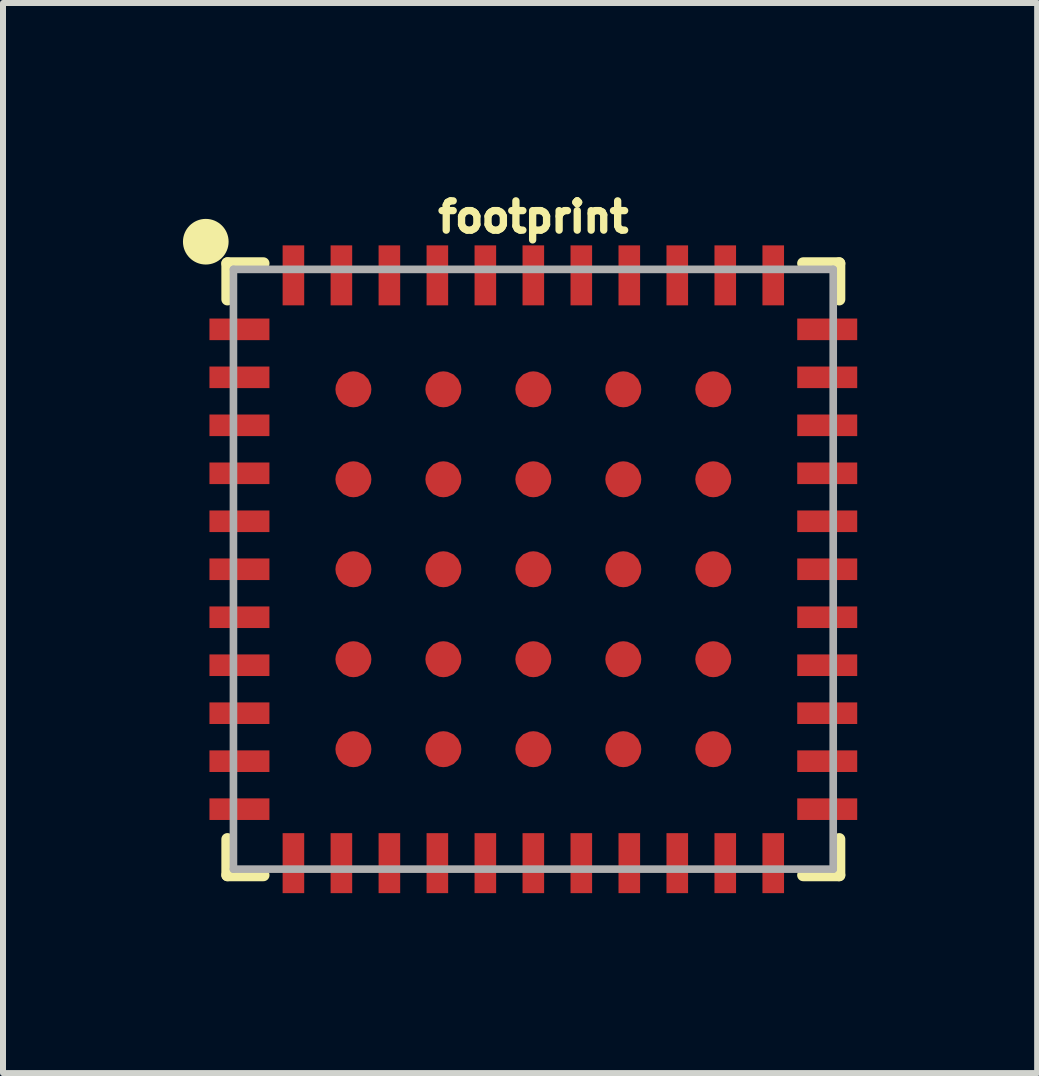
<source format=kicad_pcb>
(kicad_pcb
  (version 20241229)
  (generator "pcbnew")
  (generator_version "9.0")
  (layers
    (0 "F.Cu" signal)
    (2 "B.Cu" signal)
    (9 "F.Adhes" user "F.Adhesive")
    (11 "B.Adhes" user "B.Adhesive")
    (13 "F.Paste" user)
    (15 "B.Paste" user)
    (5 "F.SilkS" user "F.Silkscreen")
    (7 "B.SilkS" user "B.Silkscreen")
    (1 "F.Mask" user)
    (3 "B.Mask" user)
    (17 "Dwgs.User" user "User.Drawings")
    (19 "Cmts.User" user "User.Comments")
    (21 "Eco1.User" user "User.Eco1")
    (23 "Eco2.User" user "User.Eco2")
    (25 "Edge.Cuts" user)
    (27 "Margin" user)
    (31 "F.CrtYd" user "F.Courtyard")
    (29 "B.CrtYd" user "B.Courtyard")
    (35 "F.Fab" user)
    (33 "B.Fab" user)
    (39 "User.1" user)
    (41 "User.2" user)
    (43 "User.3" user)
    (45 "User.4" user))
  (footprint "footprint"
    (layer "F.Cu")
    (at 5.842 6.441)
    (property "Reference" "footprint" (at 0 -5.588 0) (layer "F.SilkS") (effects (font (size 0.488 0.488) (thickness 0.122)) (justify bottom)))
    (fp_line (start -5.1 -5.1) (end -4.5 -5.1) (stroke (width 0.203) (type solid)) (layer "F.SilkS"))
    (fp_line (start -5.1 -4.5) (end -5.1 -5.1) (stroke (width 0.203) (type solid)) (layer "F.SilkS"))
    (fp_line (start -5.1 4.5) (end -5.1 5.1) (stroke (width 0.203) (type solid)) (layer "F.SilkS"))
    (fp_line (start -5.1 5.1) (end -4.5 5.1) (stroke (width 0.203) (type solid)) (layer "F.SilkS"))
    (fp_line (start 5.1 -5.1) (end 4.5 -5.1) (stroke (width 0.203) (type solid)) (layer "F.SilkS"))
    (fp_line (start 5.1 -4.5) (end 5.1 -5.1) (stroke (width 0.203) (type solid)) (layer "F.SilkS"))
    (fp_line (start 5.1 5.1) (end 4.5 5.1) (stroke (width 0.203) (type solid)) (layer "F.SilkS"))
    (fp_line (start 5.1 5.1) (end 5.1 4.5) (stroke (width 0.203) (type solid)) (layer "F.SilkS"))
    (fp_circle (center -5.461 -5.461) (end -5.271 -5.461) (stroke (width 0.381) (type solid)) (fill yes) (layer "F.SilkS"))
    (fp_line (start -5 -5) (end -5 5) (stroke (width 0.127) (type solid)) (layer "F.Fab"))
    (fp_line (start -5 5) (end 5 5) (stroke (width 0.127) (type solid)) (layer "F.Fab"))
    (fp_line (start 5 -5) (end -5 -5) (stroke (width 0.127) (type solid)) (layer "F.Fab"))
    (fp_line (start 5 5) (end 5 -5) (stroke (width 0.127) (type solid)) (layer "F.Fab"))
    (pad "1" smd rect (at -4.9 -4 180) (size 1 0.36) (layers "F.Cu" "F.Mask" "F.Paste"))
    (pad "2" smd rect (at -4.9 -3.2 180) (size 1 0.36) (layers "F.Cu" "F.Mask" "F.Paste"))
    (pad "3" smd rect (at -4.9 -2.4 180) (size 1 0.36) (layers "F.Cu" "F.Mask" "F.Paste"))
    (pad "4" smd rect (at -4.9 -1.6 180) (size 1 0.36) (layers "F.Cu" "F.Mask" "F.Paste"))
    (pad "5" smd rect (at -4.9 -0.8 180) (size 1 0.36) (layers "F.Cu" "F.Mask" "F.Paste"))
    (pad "6" smd rect (at -4.9 0 180) (size 1 0.36) (layers "F.Cu" "F.Mask" "F.Paste"))
    (pad "7" smd rect (at -4.9 0.8 180) (size 1 0.36) (layers "F.Cu" "F.Mask" "F.Paste"))
    (pad "8" smd rect (at -4.9 1.6 180) (size 1 0.36) (layers "F.Cu" "F.Mask" "F.Paste"))
    (pad "9" smd rect (at -4.9 2.4 180) (size 1 0.36) (layers "F.Cu" "F.Mask" "F.Paste"))
    (pad "10" smd rect (at -4.9 3.2 180) (size 1 0.36) (layers "F.Cu" "F.Mask" "F.Paste"))
    (pad "11" smd rect (at -4.9 4 180) (size 1 0.36) (layers "F.Cu" "F.Mask" "F.Paste"))
    (pad "12" smd rect (at -4 4.9 270) (size 1 0.36) (layers "F.Cu" "F.Mask" "F.Paste"))
    (pad "13" smd rect (at -3.2 4.9 270) (size 1 0.36) (layers "F.Cu" "F.Mask" "F.Paste"))
    (pad "14" smd rect (at -2.4 4.9 270) (size 1 0.36) (layers "F.Cu" "F.Mask" "F.Paste"))
    (pad "15" smd rect (at -1.6 4.9 270) (size 1 0.36) (layers "F.Cu" "F.Mask" "F.Paste"))
    (pad "16" smd rect (at -0.8 4.9 270) (size 1 0.36) (layers "F.Cu" "F.Mask" "F.Paste"))
    (pad "17" smd rect (at 0 4.9 270) (size 1 0.36) (layers "F.Cu" "F.Mask" "F.Paste"))
    (pad "18" smd rect (at 0.8 4.9 270) (size 1 0.36) (layers "F.Cu" "F.Mask" "F.Paste"))
    (pad "19" smd rect (at 1.6 4.9 270) (size 1 0.36) (layers "F.Cu" "F.Mask" "F.Paste"))
    (pad "20" smd rect (at 2.4 4.9 270) (size 1 0.36) (layers "F.Cu" "F.Mask" "F.Paste"))
    (pad "21" smd rect (at 3.2 4.9 270) (size 1 0.36) (layers "F.Cu" "F.Mask" "F.Paste"))
    (pad "22" smd rect (at 4 4.9 270) (size 1 0.36) (layers "F.Cu" "F.Mask" "F.Paste"))
    (pad "23" smd rect (at 4.9 4) (size 1 0.36) (layers "F.Cu" "F.Mask" "F.Paste"))
    (pad "24" smd rect (at 4.9 3.2) (size 1 0.36) (layers "F.Cu" "F.Mask" "F.Paste"))
    (pad "25" smd rect (at 4.9 2.4) (size 1 0.36) (layers "F.Cu" "F.Mask" "F.Paste"))
    (pad "26" smd rect (at 4.9 1.6) (size 1 0.36) (layers "F.Cu" "F.Mask" "F.Paste"))
    (pad "27" smd rect (at 4.9 0.8) (size 1 0.36) (layers "F.Cu" "F.Mask" "F.Paste"))
    (pad "28" smd rect (at 4.9 0) (size 1 0.36) (layers "F.Cu" "F.Mask" "F.Paste"))
    (pad "29" smd rect (at 4.9 -0.8) (size 1 0.36) (layers "F.Cu" "F.Mask" "F.Paste"))
    (pad "30" smd rect (at 4.9 -1.6) (size 1 0.36) (layers "F.Cu" "F.Mask" "F.Paste"))
    (pad "31" smd rect (at 4.9 -2.4) (size 1 0.36) (layers "F.Cu" "F.Mask" "F.Paste"))
    (pad "32" smd rect (at 4.9 -3.2) (size 1 0.36) (layers "F.Cu" "F.Mask" "F.Paste"))
    (pad "33" smd rect (at 4.9 -4) (size 1 0.36) (layers "F.Cu" "F.Mask" "F.Paste"))
    (pad "34" smd rect (at 4 -4.9 90) (size 1 0.36) (layers "F.Cu" "F.Mask" "F.Paste"))
    (pad "35" smd rect (at 3.2 -4.9 90) (size 1 0.36) (layers "F.Cu" "F.Mask" "F.Paste"))
    (pad "36" smd rect (at 2.4 -4.9 90) (size 1 0.36) (layers "F.Cu" "F.Mask" "F.Paste"))
    (pad "37" smd rect (at 1.6 -4.9 90) (size 1 0.36) (layers "F.Cu" "F.Mask" "F.Paste"))
    (pad "38" smd rect (at 0.8 -4.9 90) (size 1 0.36) (layers "F.Cu" "F.Mask" "F.Paste"))
    (pad "39" smd rect (at 0 -4.9 90) (size 1 0.36) (layers "F.Cu" "F.Mask" "F.Paste"))
    (pad "40" smd rect (at -0.8 -4.9 90) (size 1 0.36) (layers "F.Cu" "F.Mask" "F.Paste"))
    (pad "41" smd rect (at -1.6 -4.9 90) (size 1 0.36) (layers "F.Cu" "F.Mask" "F.Paste"))
    (pad "42" smd rect (at -2.4 -4.9 90) (size 1 0.36) (layers "F.Cu" "F.Mask" "F.Paste"))
    (pad "43" smd rect (at -3.2 -4.9 90) (size 1 0.36) (layers "F.Cu" "F.Mask" "F.Paste"))
    (pad "44" smd rect (at -4 -4.9 90) (size 1 0.36) (layers "F.Cu" "F.Mask" "F.Paste"))
    (pad "45" smd roundrect (at -3 -3) (size 0.6 0.6) (layers "F.Cu" "F.Mask" "F.Paste") (roundrect_rratio 0.5))
    (pad "46" smd roundrect (at -3 -1.5) (size 0.6 0.6) (layers "F.Cu" "F.Mask" "F.Paste") (roundrect_rratio 0.5))
    (pad "47" smd roundrect (at -3 0) (size 0.6 0.6) (layers "F.Cu" "F.Mask" "F.Paste") (roundrect_rratio 0.5))
    (pad "48" smd roundrect (at -3 1.5) (size 0.6 0.6) (layers "F.Cu" "F.Mask" "F.Paste") (roundrect_rratio 0.5))
    (pad "49" smd roundrect (at -3 3) (size 0.6 0.6) (layers "F.Cu" "F.Mask" "F.Paste") (roundrect_rratio 0.5))
    (pad "50" smd roundrect (at -1.5 -3) (size 0.6 0.6) (layers "F.Cu" "F.Mask" "F.Paste") (roundrect_rratio 0.5))
    (pad "51" smd roundrect (at -1.5 -1.5) (size 0.6 0.6) (layers "F.Cu" "F.Mask" "F.Paste") (roundrect_rratio 0.5))
    (pad "52" smd roundrect (at -1.5 0) (size 0.6 0.6) (layers "F.Cu" "F.Mask" "F.Paste") (roundrect_rratio 0.5))
    (pad "53" smd roundrect (at -1.5 1.5) (size 0.6 0.6) (layers "F.Cu" "F.Mask" "F.Paste") (roundrect_rratio 0.5))
    (pad "54" smd roundrect (at -1.5 3) (size 0.6 0.6) (layers "F.Cu" "F.Mask" "F.Paste") (roundrect_rratio 0.5))
    (pad "55" smd roundrect (at 0 -3) (size 0.6 0.6) (layers "F.Cu" "F.Mask" "F.Paste") (roundrect_rratio 0.5))
    (pad "56" smd roundrect (at 0 -1.5) (size 0.6 0.6) (layers "F.Cu" "F.Mask" "F.Paste") (roundrect_rratio 0.5))
    (pad "57" smd roundrect (at 0 0) (size 0.6 0.6) (layers "F.Cu" "F.Mask" "F.Paste") (roundrect_rratio 0.5))
    (pad "58" smd roundrect (at 0 1.5) (size 0.6 0.6) (layers "F.Cu" "F.Mask" "F.Paste") (roundrect_rratio 0.5))
    (pad "59" smd roundrect (at 0 3) (size 0.6 0.6) (layers "F.Cu" "F.Mask" "F.Paste") (roundrect_rratio 0.5))
    (pad "60" smd roundrect (at 1.5 -3) (size 0.6 0.6) (layers "F.Cu" "F.Mask" "F.Paste") (roundrect_rratio 0.5))
    (pad "61" smd roundrect (at 1.5 -1.5) (size 0.6 0.6) (layers "F.Cu" "F.Mask" "F.Paste") (roundrect_rratio 0.5))
    (pad "62" smd roundrect (at 1.5 0) (size 0.6 0.6) (layers "F.Cu" "F.Mask" "F.Paste") (roundrect_rratio 0.5))
    (pad "63" smd roundrect (at 1.5 1.5) (size 0.6 0.6) (layers "F.Cu" "F.Mask" "F.Paste") (roundrect_rratio 0.5))
    (pad "64" smd roundrect (at 1.5 3) (size 0.6 0.6) (layers "F.Cu" "F.Mask" "F.Paste") (roundrect_rratio 0.5))
    (pad "65" smd roundrect (at 3 -3) (size 0.6 0.6) (layers "F.Cu" "F.Mask" "F.Paste") (roundrect_rratio 0.5))
    (pad "66" smd roundrect (at 3 -1.5) (size 0.6 0.6) (layers "F.Cu" "F.Mask" "F.Paste") (roundrect_rratio 0.5))
    (pad "67" smd roundrect (at 3 0) (size 0.6 0.6) (layers "F.Cu" "F.Mask" "F.Paste") (roundrect_rratio 0.5))
    (pad "68" smd roundrect (at 3 1.5) (size 0.6 0.6) (layers "F.Cu" "F.Mask" "F.Paste") (roundrect_rratio 0.5))
    (pad "69" smd roundrect (at 3 3) (size 0.6 0.6) (layers "F.Cu" "F.Mask" "F.Paste") (roundrect_rratio 0.5)))
  (gr_rect
    (start -3 -3)
    (end 14.242 14.841)
    (stroke (width 0.1) (type default))
    (fill no)
    (layer "Edge.Cuts")))
</source>
